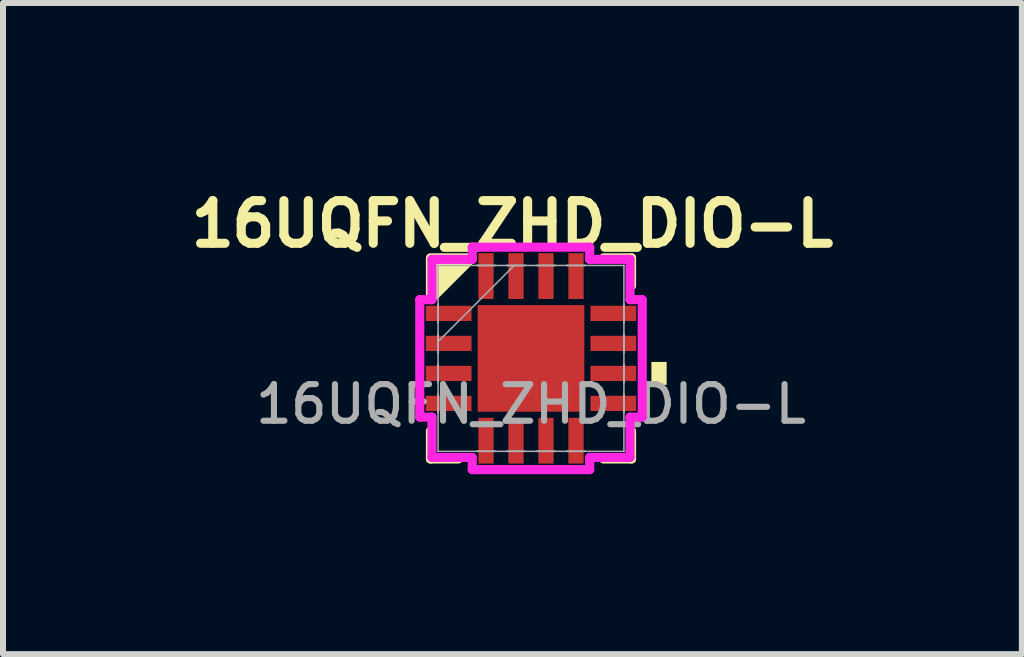
<source format=kicad_pcb>
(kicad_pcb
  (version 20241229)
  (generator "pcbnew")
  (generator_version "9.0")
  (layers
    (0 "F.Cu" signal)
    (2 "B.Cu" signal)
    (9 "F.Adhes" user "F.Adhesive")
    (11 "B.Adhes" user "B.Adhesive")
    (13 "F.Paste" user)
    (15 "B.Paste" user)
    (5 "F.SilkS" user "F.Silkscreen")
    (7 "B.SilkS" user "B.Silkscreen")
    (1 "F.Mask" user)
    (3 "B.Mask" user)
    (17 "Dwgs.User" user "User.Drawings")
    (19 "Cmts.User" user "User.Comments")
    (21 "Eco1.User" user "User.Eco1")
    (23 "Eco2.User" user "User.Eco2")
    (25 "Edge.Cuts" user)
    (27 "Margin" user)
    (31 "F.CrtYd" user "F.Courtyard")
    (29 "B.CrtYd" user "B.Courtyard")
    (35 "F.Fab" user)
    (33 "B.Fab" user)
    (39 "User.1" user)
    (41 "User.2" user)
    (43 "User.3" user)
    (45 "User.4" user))
  (footprint "16UQFN_ZHD_DIO-L"
    (layer "F.Cu")
    (at 5.801 2.924)
    (property "Reference" "16UQFN_ZHD_DIO-L" (at -0.31 -2.24 0) (unlocked yes) (layer "F.SilkS") (effects (font (size 0.711 0.711) (thickness 0.152) (bold yes))))
    (attr smd)
    (fp_line (start -1.676 1.21) (end -1.676 1.676) (stroke (width 0.152) (type solid)) (layer "F.SilkS"))
    (fp_line (start -1.676 1.676) (end -1.21 1.676) (stroke (width 0.152) (type solid)) (layer "F.SilkS"))
    (fp_line (start 1.21 1.676) (end 1.676 1.676) (stroke (width 0.152) (type solid)) (layer "F.SilkS"))
    (fp_line (start 1.676 -1.676) (end 1.21 -1.676) (stroke (width 0.152) (type solid)) (layer "F.SilkS"))
    (fp_line (start 1.676 -1.21) (end 1.676 -1.676) (stroke (width 0.152) (type solid)) (layer "F.SilkS"))
    (fp_line (start 1.676 1.676) (end 1.676 1.21) (stroke (width 0.152) (type solid)) (layer "F.SilkS"))
    (fp_poly (pts (xy -0.98 -1.676) (xy -1.676 -0.98) (xy -1.676 -1.676)) (stroke (width 0.152) (type solid)) (fill yes) (layer "F.SilkS"))
    (fp_poly (pts (xy 2.261 0.059) (xy 2.261 0.441) (xy 2.007 0.441) (xy 2.007 0.059)) (stroke (width 0) (type solid)) (fill yes) (layer "F.SilkS"))
    (fp_line (start -1.854 -0.979) (end -1.651 -0.979) (stroke (width 0.152) (type solid)) (layer "F.CrtYd"))
    (fp_line (start -1.854 0.979) (end -1.854 -0.979) (stroke (width 0.152) (type solid)) (layer "F.CrtYd"))
    (fp_line (start -1.651 -1.651) (end -0.979 -1.651) (stroke (width 0.152) (type solid)) (layer "F.CrtYd"))
    (fp_line (start -1.651 -0.979) (end -1.651 -1.651) (stroke (width 0.152) (type solid)) (layer "F.CrtYd"))
    (fp_line (start -1.651 0.979) (end -1.854 0.979) (stroke (width 0.152) (type solid)) (layer "F.CrtYd"))
    (fp_line (start -1.651 1.651) (end -1.651 0.979) (stroke (width 0.152) (type solid)) (layer "F.CrtYd"))
    (fp_line (start -0.979 -1.854) (end 0.979 -1.854) (stroke (width 0.152) (type solid)) (layer "F.CrtYd"))
    (fp_line (start -0.979 -1.651) (end -0.979 -1.854) (stroke (width 0.152) (type solid)) (layer "F.CrtYd"))
    (fp_line (start -0.979 1.651) (end -1.651 1.651) (stroke (width 0.152) (type solid)) (layer "F.CrtYd"))
    (fp_line (start -0.979 1.854) (end -0.979 1.651) (stroke (width 0.152) (type solid)) (layer "F.CrtYd"))
    (fp_line (start 0.979 -1.854) (end 0.979 -1.651) (stroke (width 0.152) (type solid)) (layer "F.CrtYd"))
    (fp_line (start 0.979 -1.651) (end 1.651 -1.651) (stroke (width 0.152) (type solid)) (layer "F.CrtYd"))
    (fp_line (start 0.979 1.651) (end 0.979 1.854) (stroke (width 0.152) (type solid)) (layer "F.CrtYd"))
    (fp_line (start 0.979 1.854) (end -0.979 1.854) (stroke (width 0.152) (type solid)) (layer "F.CrtYd"))
    (fp_line (start 1.651 -1.651) (end 1.651 -0.979) (stroke (width 0.152) (type solid)) (layer "F.CrtYd"))
    (fp_line (start 1.651 -0.979) (end 1.854 -0.979) (stroke (width 0.152) (type solid)) (layer "F.CrtYd"))
    (fp_line (start 1.651 0.979) (end 1.651 1.651) (stroke (width 0.152) (type solid)) (layer "F.CrtYd"))
    (fp_line (start 1.651 1.651) (end 0.979 1.651) (stroke (width 0.152) (type solid)) (layer "F.CrtYd"))
    (fp_line (start 1.854 -0.979) (end 1.854 0.979) (stroke (width 0.152) (type solid)) (layer "F.CrtYd"))
    (fp_line (start 1.854 0.979) (end 1.651 0.979) (stroke (width 0.152) (type solid)) (layer "F.CrtYd"))
    (fp_line (start -1.549 -1.549) (end -1.549 -1.549) (stroke (width 0.025) (type solid)) (layer "F.Fab"))
    (fp_line (start -1.549 -1.549) (end -1.549 1.549) (stroke (width 0.025) (type solid)) (layer "F.Fab"))
    (fp_line (start -1.549 -0.902) (end -1.549 -0.902) (stroke (width 0.025) (type solid)) (layer "F.Fab"))
    (fp_line (start -1.549 -0.902) (end -1.549 -0.598) (stroke (width 0.025) (type solid)) (layer "F.Fab"))
    (fp_line (start -1.549 -0.598) (end -1.549 -0.902) (stroke (width 0.025) (type solid)) (layer "F.Fab"))
    (fp_line (start -1.549 -0.598) (end -1.549 -0.598) (stroke (width 0.025) (type solid)) (layer "F.Fab"))
    (fp_line (start -1.549 -0.402) (end -1.549 -0.402) (stroke (width 0.025) (type solid)) (layer "F.Fab"))
    (fp_line (start -1.549 -0.402) (end -1.549 -0.098) (stroke (width 0.025) (type solid)) (layer "F.Fab"))
    (fp_line (start -1.549 -0.279) (end -0.279 -1.549) (stroke (width 0.025) (type solid)) (layer "F.Fab"))
    (fp_line (start -1.549 -0.098) (end -1.549 -0.402) (stroke (width 0.025) (type solid)) (layer "F.Fab"))
    (fp_line (start -1.549 -0.098) (end -1.549 -0.098) (stroke (width 0.025) (type solid)) (layer "F.Fab"))
    (fp_line (start -1.549 0.098) (end -1.549 0.098) (stroke (width 0.025) (type solid)) (layer "F.Fab"))
    (fp_line (start -1.549 0.098) (end -1.549 0.402) (stroke (width 0.025) (type solid)) (layer "F.Fab"))
    (fp_line (start -1.549 0.402) (end -1.549 0.098) (stroke (width 0.025) (type solid)) (layer "F.Fab"))
    (fp_line (start -1.549 0.402) (end -1.549 0.402) (stroke (width 0.025) (type solid)) (layer "F.Fab"))
    (fp_line (start -1.549 0.598) (end -1.549 0.598) (stroke (width 0.025) (type solid)) (layer "F.Fab"))
    (fp_line (start -1.549 0.598) (end -1.549 0.902) (stroke (width 0.025) (type solid)) (layer "F.Fab"))
    (fp_line (start -1.549 0.902) (end -1.549 0.598) (stroke (width 0.025) (type solid)) (layer "F.Fab"))
    (fp_line (start -1.549 0.902) (end -1.549 0.902) (stroke (width 0.025) (type solid)) (layer "F.Fab"))
    (fp_line (start -1.549 1.549) (end -1.549 1.549) (stroke (width 0.025) (type solid)) (layer "F.Fab"))
    (fp_line (start -1.549 1.549) (end 1.549 1.549) (stroke (width 0.025) (type solid)) (layer "F.Fab"))
    (fp_line (start -0.902 -1.549) (end -0.902 -1.549) (stroke (width 0.025) (type solid)) (layer "F.Fab"))
    (fp_line (start -0.902 -1.549) (end -0.598 -1.549) (stroke (width 0.025) (type solid)) (layer "F.Fab"))
    (fp_line (start -0.902 1.549) (end -0.902 1.549) (stroke (width 0.025) (type solid)) (layer "F.Fab"))
    (fp_line (start -0.902 1.549) (end -0.598 1.549) (stroke (width 0.025) (type solid)) (layer "F.Fab"))
    (fp_line (start -0.598 -1.549) (end -0.902 -1.549) (stroke (width 0.025) (type solid)) (layer "F.Fab"))
    (fp_line (start -0.598 -1.549) (end -0.598 -1.549) (stroke (width 0.025) (type solid)) (layer "F.Fab"))
    (fp_line (start -0.598 1.549) (end -0.902 1.549) (stroke (width 0.025) (type solid)) (layer "F.Fab"))
    (fp_line (start -0.598 1.549) (end -0.598 1.549) (stroke (width 0.025) (type solid)) (layer "F.Fab"))
    (fp_line (start -0.402 -1.549) (end -0.402 -1.549) (stroke (width 0.025) (type solid)) (layer "F.Fab"))
    (fp_line (start -0.402 -1.549) (end -0.098 -1.549) (stroke (width 0.025) (type solid)) (layer "F.Fab"))
    (fp_line (start -0.402 1.549) (end -0.402 1.549) (stroke (width 0.025) (type solid)) (layer "F.Fab"))
    (fp_line (start -0.402 1.549) (end -0.098 1.549) (stroke (width 0.025) (type solid)) (layer "F.Fab"))
    (fp_line (start -0.098 -1.549) (end -0.402 -1.549) (stroke (width 0.025) (type solid)) (layer "F.Fab"))
    (fp_line (start -0.098 -1.549) (end -0.098 -1.549) (stroke (width 0.025) (type solid)) (layer "F.Fab"))
    (fp_line (start -0.098 1.549) (end -0.402 1.549) (stroke (width 0.025) (type solid)) (layer "F.Fab"))
    (fp_line (start -0.098 1.549) (end -0.098 1.549) (stroke (width 0.025) (type solid)) (layer "F.Fab"))
    (fp_line (start 0.098 -1.549) (end 0.098 -1.549) (stroke (width 0.025) (type solid)) (layer "F.Fab"))
    (fp_line (start 0.098 -1.549) (end 0.402 -1.549) (stroke (width 0.025) (type solid)) (layer "F.Fab"))
    (fp_line (start 0.098 1.549) (end 0.098 1.549) (stroke (width 0.025) (type solid)) (layer "F.Fab"))
    (fp_line (start 0.098 1.549) (end 0.402 1.549) (stroke (width 0.025) (type solid)) (layer "F.Fab"))
    (fp_line (start 0.402 -1.549) (end 0.098 -1.549) (stroke (width 0.025) (type solid)) (layer "F.Fab"))
    (fp_line (start 0.402 -1.549) (end 0.402 -1.549) (stroke (width 0.025) (type solid)) (layer "F.Fab"))
    (fp_line (start 0.402 1.549) (end 0.098 1.549) (stroke (width 0.025) (type solid)) (layer "F.Fab"))
    (fp_line (start 0.402 1.549) (end 0.402 1.549) (stroke (width 0.025) (type solid)) (layer "F.Fab"))
    (fp_line (start 0.598 -1.549) (end 0.598 -1.549) (stroke (width 0.025) (type solid)) (layer "F.Fab"))
    (fp_line (start 0.598 -1.549) (end 0.902 -1.549) (stroke (width 0.025) (type solid)) (layer "F.Fab"))
    (fp_line (start 0.598 1.549) (end 0.598 1.549) (stroke (width 0.025) (type solid)) (layer "F.Fab"))
    (fp_line (start 0.598 1.549) (end 0.902 1.549) (stroke (width 0.025) (type solid)) (layer "F.Fab"))
    (fp_line (start 0.902 -1.549) (end 0.598 -1.549) (stroke (width 0.025) (type solid)) (layer "F.Fab"))
    (fp_line (start 0.902 -1.549) (end 0.902 -1.549) (stroke (width 0.025) (type solid)) (layer "F.Fab"))
    (fp_line (start 0.902 1.549) (end 0.598 1.549) (stroke (width 0.025) (type solid)) (layer "F.Fab"))
    (fp_line (start 0.902 1.549) (end 0.902 1.549) (stroke (width 0.025) (type solid)) (layer "F.Fab"))
    (fp_line (start 1.549 -1.549) (end -1.549 -1.549) (stroke (width 0.025) (type solid)) (layer "F.Fab"))
    (fp_line (start 1.549 -1.549) (end 1.549 -1.549) (stroke (width 0.025) (type solid)) (layer "F.Fab"))
    (fp_line (start 1.549 -0.902) (end 1.549 -0.902) (stroke (width 0.025) (type solid)) (layer "F.Fab"))
    (fp_line (start 1.549 -0.902) (end 1.549 -0.598) (stroke (width 0.025) (type solid)) (layer "F.Fab"))
    (fp_line (start 1.549 -0.598) (end 1.549 -0.902) (stroke (width 0.025) (type solid)) (layer "F.Fab"))
    (fp_line (start 1.549 -0.598) (end 1.549 -0.598) (stroke (width 0.025) (type solid)) (layer "F.Fab"))
    (fp_line (start 1.549 -0.402) (end 1.549 -0.402) (stroke (width 0.025) (type solid)) (layer "F.Fab"))
    (fp_line (start 1.549 -0.402) (end 1.549 -0.098) (stroke (width 0.025) (type solid)) (layer "F.Fab"))
    (fp_line (start 1.549 -0.098) (end 1.549 -0.402) (stroke (width 0.025) (type solid)) (layer "F.Fab"))
    (fp_line (start 1.549 -0.098) (end 1.549 -0.098) (stroke (width 0.025) (type solid)) (layer "F.Fab"))
    (fp_line (start 1.549 0.098) (end 1.549 0.098) (stroke (width 0.025) (type solid)) (layer "F.Fab"))
    (fp_line (start 1.549 0.098) (end 1.549 0.402) (stroke (width 0.025) (type solid)) (layer "F.Fab"))
    (fp_line (start 1.549 0.402) (end 1.549 0.098) (stroke (width 0.025) (type solid)) (layer "F.Fab"))
    (fp_line (start 1.549 0.402) (end 1.549 0.402) (stroke (width 0.025) (type solid)) (layer "F.Fab"))
    (fp_line (start 1.549 0.598) (end 1.549 0.598) (stroke (width 0.025) (type solid)) (layer "F.Fab"))
    (fp_line (start 1.549 0.598) (end 1.549 0.902) (stroke (width 0.025) (type solid)) (layer "F.Fab"))
    (fp_line (start 1.549 0.902) (end 1.549 0.598) (stroke (width 0.025) (type solid)) (layer "F.Fab"))
    (fp_line (start 1.549 0.902) (end 1.549 0.902) (stroke (width 0.025) (type solid)) (layer "F.Fab"))
    (fp_line (start 1.549 1.549) (end 1.549 -1.549) (stroke (width 0.025) (type solid)) (layer "F.Fab"))
    (fp_line (start 1.549 1.549) (end 1.549 1.549) (stroke (width 0.025) (type solid)) (layer "F.Fab"))
    (fp_text user "${REFERENCE}" (at 0 0.762 0) (unlocked yes) (layer "F.Fab") (effects (font (size 0.61 0.61) (thickness 0.102) (bold yes))))
    (pad "1" smd rect (at -1.372 -0.75 90) (size 0.254 0.762) (layers "F.Cu" "F.Mask" "F.Paste"))
    (pad "2" smd rect (at -1.372 -0.25 90) (size 0.254 0.762) (layers "F.Cu" "F.Mask" "F.Paste"))
    (pad "3" smd rect (at -1.372 0.25 90) (size 0.254 0.762) (layers "F.Cu" "F.Mask" "F.Paste"))
    (pad "4" smd rect (at -1.372 0.75 90) (size 0.254 0.762) (layers "F.Cu" "F.Mask" "F.Paste"))
    (pad "5" smd rect (at -0.75 1.372) (size 0.254 0.762) (layers "F.Cu" "F.Mask" "F.Paste"))
    (pad "6" smd rect (at -0.25 1.372) (size 0.254 0.762) (layers "F.Cu" "F.Mask" "F.Paste"))
    (pad "7" smd rect (at 0.25 1.372) (size 0.254 0.762) (layers "F.Cu" "F.Mask" "F.Paste"))
    (pad "8" smd rect (at 0.75 1.372) (size 0.254 0.762) (layers "F.Cu" "F.Mask" "F.Paste"))
    (pad "9" smd rect (at 1.372 0.75 90) (size 0.254 0.762) (layers "F.Cu" "F.Mask" "F.Paste"))
    (pad "10" smd rect (at 1.372 0.25 90) (size 0.254 0.762) (layers "F.Cu" "F.Mask" "F.Paste"))
    (pad "11" smd rect (at 1.372 -0.25 90) (size 0.254 0.762) (layers "F.Cu" "F.Mask" "F.Paste"))
    (pad "12" smd rect (at 1.372 -0.75 90) (size 0.254 0.762) (layers "F.Cu" "F.Mask" "F.Paste"))
    (pad "13" smd rect (at 0.75 -1.372) (size 0.254 0.762) (layers "F.Cu" "F.Mask" "F.Paste"))
    (pad "14" smd rect (at 0.25 -1.372) (size 0.254 0.762) (layers "F.Cu" "F.Mask" "F.Paste"))
    (pad "15" smd rect (at -0.25 -1.372) (size 0.254 0.762) (layers "F.Cu" "F.Mask" "F.Paste"))
    (pad "16" smd rect (at -0.75 -1.372) (size 0.254 0.762) (layers "F.Cu" "F.Mask" "F.Paste"))
    (pad "17" smd rect (at 0 0) (size 1.778 1.778) (layers "F.Cu" "F.Mask" "F.Paste")))
  (gr_rect
    (start -3 -3)
    (end 13.983 7.854)
    (stroke (width 0.1) (type default))
    (fill no)
    (layer "Edge.Cuts")))
</source>
